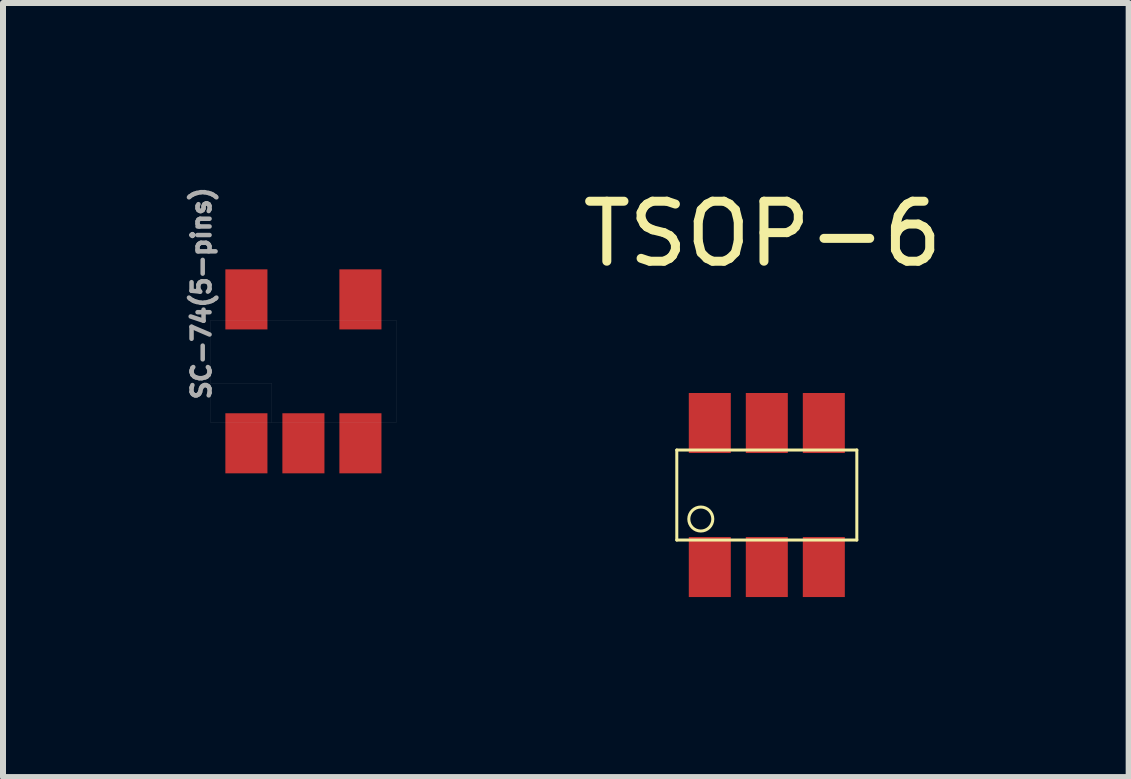
<source format=kicad_pcb>
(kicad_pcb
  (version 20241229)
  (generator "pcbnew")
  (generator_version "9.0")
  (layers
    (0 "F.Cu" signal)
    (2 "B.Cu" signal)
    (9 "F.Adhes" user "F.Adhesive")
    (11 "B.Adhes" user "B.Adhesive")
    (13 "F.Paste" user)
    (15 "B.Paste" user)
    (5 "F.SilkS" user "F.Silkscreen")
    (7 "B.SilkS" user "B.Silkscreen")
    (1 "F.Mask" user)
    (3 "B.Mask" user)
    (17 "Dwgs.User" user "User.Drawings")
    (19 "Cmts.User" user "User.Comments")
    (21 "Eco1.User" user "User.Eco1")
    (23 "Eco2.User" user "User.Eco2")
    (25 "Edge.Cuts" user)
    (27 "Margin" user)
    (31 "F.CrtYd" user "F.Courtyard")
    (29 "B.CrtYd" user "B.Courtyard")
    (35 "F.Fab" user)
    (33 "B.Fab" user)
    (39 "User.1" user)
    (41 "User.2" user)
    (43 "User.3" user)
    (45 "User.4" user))
  (footprint "TSOP-6"
    (layer "F.Cu")
    (at 9.728 5.199)
    (property "Reference" "TSOP-6" (at -0.071 -4.351 0) (layer "F.SilkS") (effects (font (size 1 1) (thickness 0.15))))
    (attr smd)
    (fp_line (start -1.5 -0.75) (end -1.5 0.75) (stroke (width 0.05) (type solid)) (layer "F.SilkS"))
    (fp_line (start -1.5 -0.75) (end 1.5 -0.75) (stroke (width 0.05) (type solid)) (layer "F.SilkS"))
    (fp_line (start -1.5 0.75) (end 1.5 0.75) (stroke (width 0.05) (type solid)) (layer "F.SilkS"))
    (fp_line (start 1.5 -0.75) (end 1.5 0.75) (stroke (width 0.05) (type solid)) (layer "F.SilkS"))
    (fp_circle (center -1.1 0.4) (end -0.9 0.4) (stroke (width 0.05) (type solid)) (fill no) (layer "F.SilkS"))
    (pad "1" smd rect (at -0.95 1.2) (size 0.7 1) (layers "F.Cu" "F.Mask" "F.Paste"))
    (pad "2" smd rect (at 0 1.2) (size 0.7 1) (layers "F.Cu" "F.Mask" "F.Paste"))
    (pad "3" smd rect (at 0.95 1.2) (size 0.7 1) (layers "F.Cu" "F.Mask" "F.Paste"))
    (pad "4" smd rect (at 0.95 -1.2) (size 0.7 1) (layers "F.Cu" "F.Mask" "F.Paste"))
    (pad "5" smd rect (at 0 -1.2) (size 0.7 1) (layers "F.Cu" "F.Mask" "F.Paste"))
    (pad "6" smd rect (at -0.95 -1.2) (size 0.7 1) (layers "F.Cu" "F.Mask" "F.Paste")))
  (footprint "SC-74(5-pins)"
    (layer "F.Cu")
    (at 2.006 3.138)
    (property "Reference" "SC-74(5-pins)" (at -1.699 -1.3 90) (layer "F.Fab") (effects (font (size 0.3 0.3) (thickness 0.075))))
    (attr smd)
    (fp_line (start -1.549 -0.851) (end 1.549 -0.851) (stroke (width 0.001) (type solid)) (layer "F.Fab"))
    (fp_line (start -1.549 0.201) (end -0.526 0.201) (stroke (width 0.001) (type solid)) (layer "F.Fab"))
    (fp_line (start -1.549 0.851) (end -1.549 -0.851) (stroke (width 0.001) (type solid)) (layer "F.Fab"))
    (fp_line (start -0.526 0.201) (end -0.526 0.851) (stroke (width 0.001) (type solid)) (layer "F.Fab"))
    (fp_line (start 1.549 -0.851) (end 1.549 0.851) (stroke (width 0.001) (type solid)) (layer "F.Fab"))
    (fp_line (start 1.549 0.851) (end -1.549 0.851) (stroke (width 0.001) (type solid)) (layer "F.Fab"))
    (pad "1" smd rect (at -0.95 1.199) (size 0.701 1.001) (layers "F.Cu" "F.Mask" "F.Paste"))
    (pad "2" smd rect (at 0 1.199) (size 0.701 1.001) (layers "F.Cu" "F.Mask" "F.Paste"))
    (pad "3" smd rect (at 0.95 1.199) (size 0.701 1.001) (layers "F.Cu" "F.Mask" "F.Paste"))
    (pad "4" smd rect (at 0.95 -1.199) (size 0.701 1.001) (layers "F.Cu" "F.Mask" "F.Paste"))
    (pad "5" smd rect (at -0.95 -1.199) (size 0.701 1.001) (layers "F.Cu" "F.Mask" "F.Paste")))
  (gr_rect
    (start -3 -3)
    (end 15.758 9.899)
    (stroke (width 0.1) (type default))
    (fill no)
    (layer "Edge.Cuts")))
</source>
